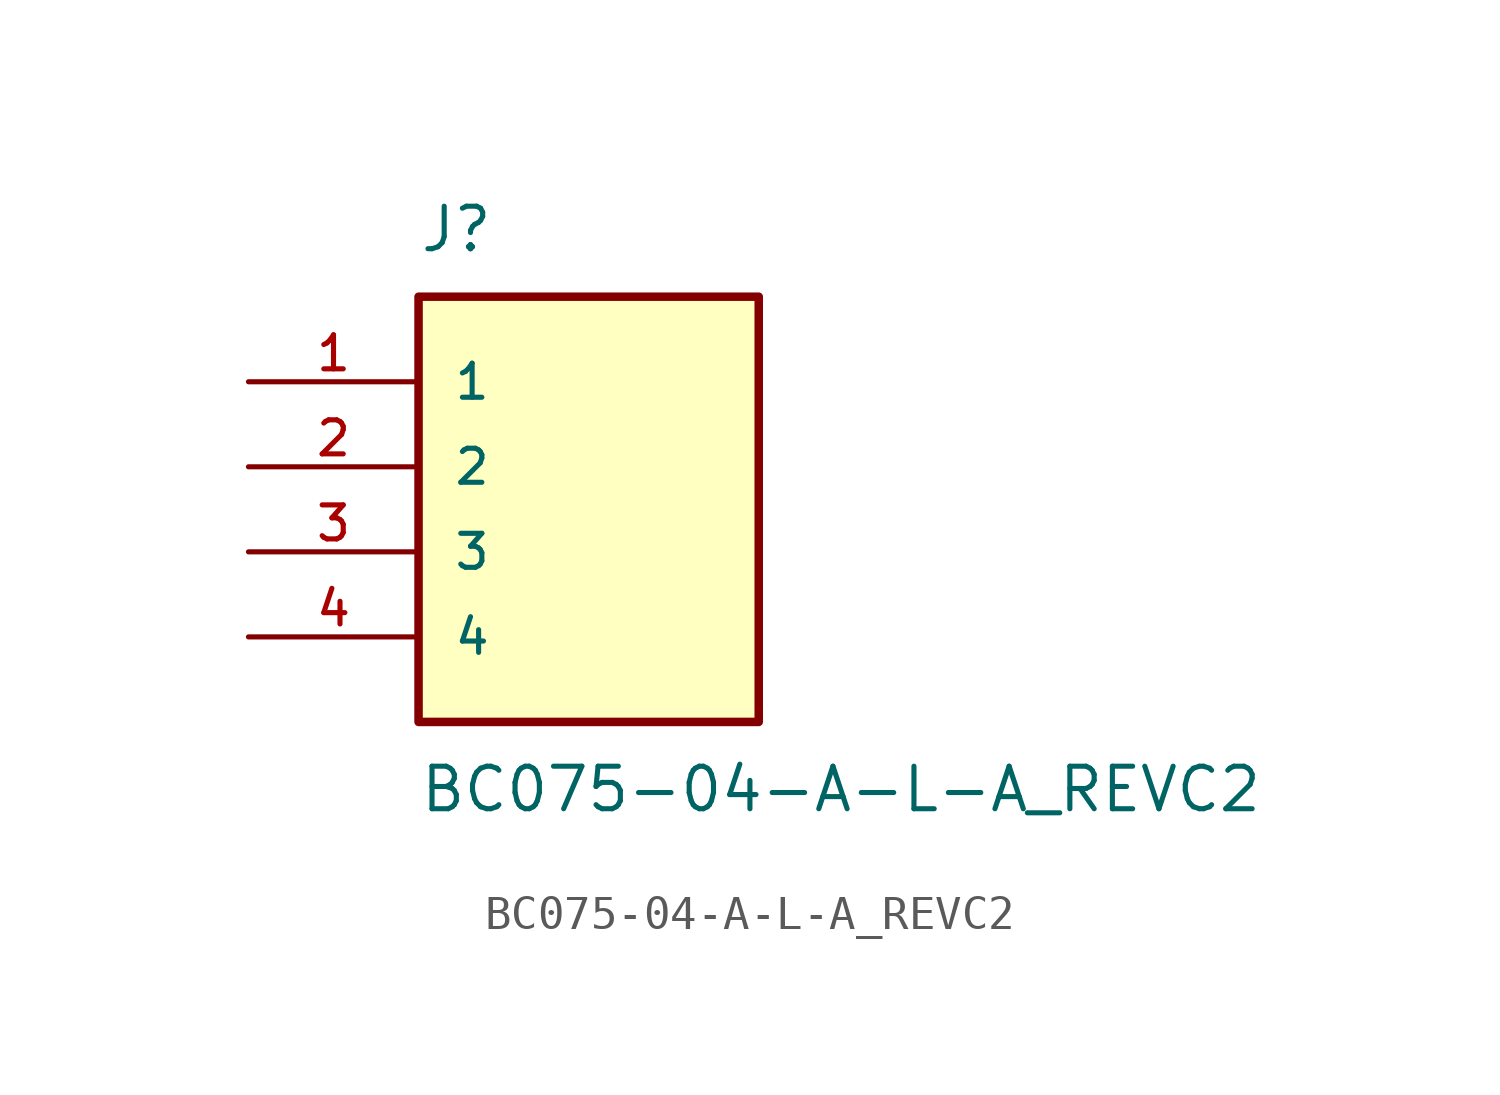
<source format=kicad_sym>
(kicad_symbol_lib
  (version 20211014)
  (generator kicad_symbol_editor)
  (symbol "BC075-04-A-L-A_REVC2"
    (pin_names
      (offset 1.016))
    (property "Reference" "J"
      (at -5.08 6.35 0)
      (effects (font (size 1.27 1.27)) (justify bottom left)))
    (property "Value" "BC075-04-A-L-A_REVC2"
      (at -5.08 -8.89 0)
      (effects (font (size 1.27 1.27)) (justify top left)))
    (symbol "BC075-04-A-L-A_REVC2_0_0"
      (rectangle (start -5.08 -7.62) (end 5.08 5.08) (stroke (width 0.254)) (fill (type background)))
      (pin passive line (at -10.16 2.54 0) (length 5.08) (name "1" (effects (font (size 1.016 1.016)))) (number "1" (effects (font (size 1.016 1.016)))))
      (pin passive line (at -10.16 0.0 0) (length 5.08) (name "2" (effects (font (size 1.016 1.016)))) (number "2" (effects (font (size 1.016 1.016)))))
      (pin passive line (at -10.16 -2.54 0) (length 5.08) (name "3" (effects (font (size 1.016 1.016)))) (number "3" (effects (font (size 1.016 1.016)))))
      (pin passive line (at -10.16 -5.08 0) (length 5.08) (name "4" (effects (font (size 1.016 1.016)))) (number "4" (effects (font (size 1.016 1.016))))))))
</source>
